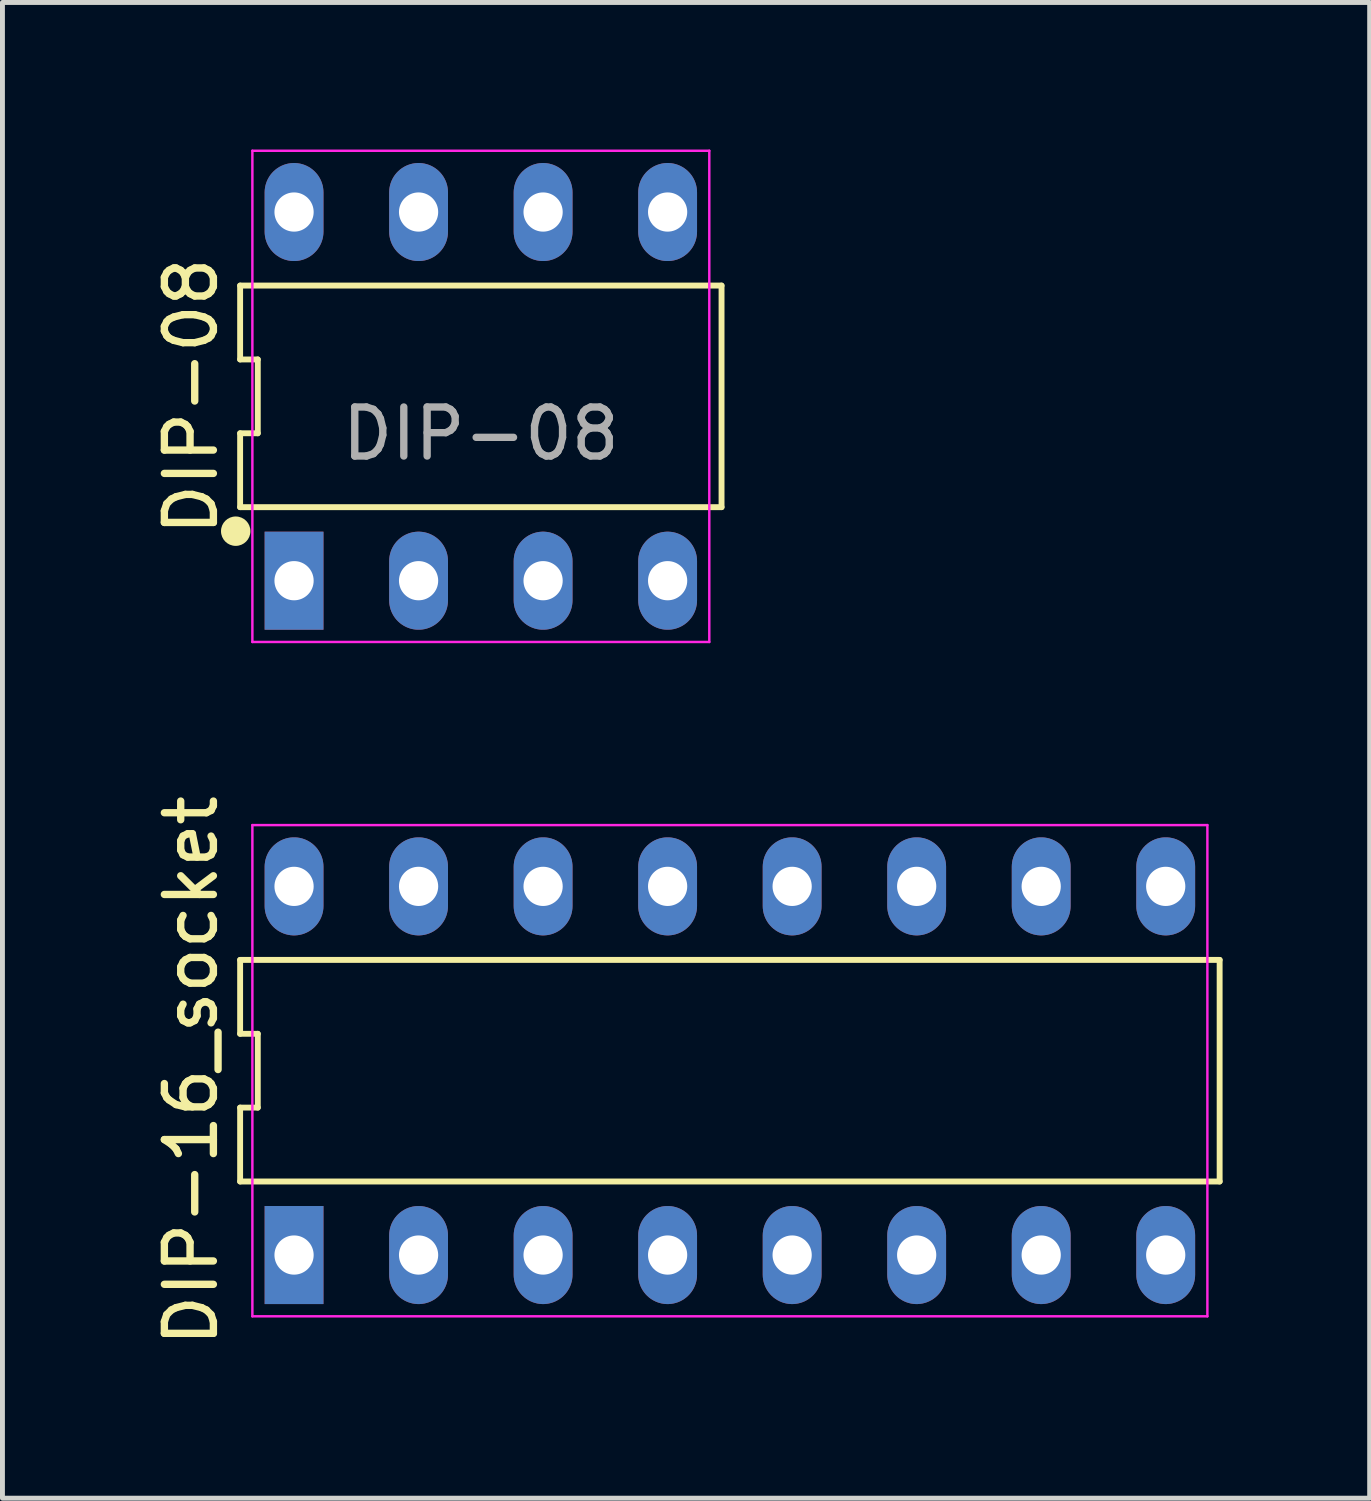
<source format=kicad_pcb>
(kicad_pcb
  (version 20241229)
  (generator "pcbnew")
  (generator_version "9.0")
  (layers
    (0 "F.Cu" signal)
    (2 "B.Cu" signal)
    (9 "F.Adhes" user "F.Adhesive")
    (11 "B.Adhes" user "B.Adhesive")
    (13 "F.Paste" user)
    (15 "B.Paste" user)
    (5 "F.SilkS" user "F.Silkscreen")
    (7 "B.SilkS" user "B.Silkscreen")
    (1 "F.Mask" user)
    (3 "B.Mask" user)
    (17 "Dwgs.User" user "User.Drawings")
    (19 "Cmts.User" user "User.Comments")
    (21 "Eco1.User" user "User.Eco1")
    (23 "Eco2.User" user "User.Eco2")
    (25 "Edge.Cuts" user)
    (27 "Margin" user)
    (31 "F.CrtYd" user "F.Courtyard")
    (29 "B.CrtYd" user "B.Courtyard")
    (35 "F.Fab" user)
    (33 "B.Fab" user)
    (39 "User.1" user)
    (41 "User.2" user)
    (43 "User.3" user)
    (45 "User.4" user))
  (footprint "DIP-08"
    (layer "F.Cu")
    (at 6.758 5.035)
    (property "Reference" "DIP-08" (at -5.91 0 90) (unlocked yes) (layer "F.SilkS") (effects (font (size 1 1) (thickness 0.15))))
    (attr through_hole)
    (fp_line (start -4.91 -2.26) (end -4.91 -0.753) (stroke (width 0.12) (type default)) (layer "F.SilkS"))
    (fp_line (start -4.91 -0.753) (end -4.55 -0.753) (stroke (width 0.12) (type default)) (layer "F.SilkS"))
    (fp_line (start -4.91 0.753) (end -4.91 2.26) (stroke (width 0.12) (type default)) (layer "F.SilkS"))
    (fp_line (start -4.91 2.26) (end 4.91 2.26) (stroke (width 0.12) (type default)) (layer "F.SilkS"))
    (fp_line (start -4.55 -0.753) (end -4.55 0.753) (stroke (width 0.12) (type default)) (layer "F.SilkS"))
    (fp_line (start -4.55 0.753) (end -4.91 0.753) (stroke (width 0.12) (type default)) (layer "F.SilkS"))
    (fp_line (start 4.91 -2.26) (end -4.91 -2.26) (stroke (width 0.12) (type default)) (layer "F.SilkS"))
    (fp_line (start 4.91 2.26) (end 4.91 -2.26) (stroke (width 0.12) (type default)) (layer "F.SilkS"))
    (fp_circle (center -5 2.75) (end -4.75 2.75) (stroke (width 0.1) (type solid)) (fill yes) (layer "F.SilkS"))
    (fp_line (start -4.66 -5.01) (end 4.66 -5.01) (stroke (width 0.05) (type default)) (layer "F.CrtYd"))
    (fp_line (start -4.66 5.01) (end -4.66 -5.01) (stroke (width 0.05) (type default)) (layer "F.CrtYd"))
    (fp_line (start 4.66 -5.01) (end 4.66 5.01) (stroke (width 0.05) (type default)) (layer "F.CrtYd"))
    (fp_line (start 4.66 5.01) (end -4.66 5.01) (stroke (width 0.05) (type default)) (layer "F.CrtYd"))
    (fp_text user "${REFERENCE}" (at 0 0.762 0) (unlocked yes) (layer "F.Fab") (effects (font (size 1 1) (thickness 0.15))))
    (pad "2" thru_hole oval (at -1.27 3.76) (size 1.2 2) (drill 0.8) (layers "*.Cu" "*.Mask"))
    (pad "3" thru_hole oval (at 1.27 3.76) (size 1.2 2) (drill 0.8) (layers "*.Cu" "*.Mask"))
    (pad "4" thru_hole oval (at 3.81 3.76) (size 1.2 2) (drill 0.8) (layers "*.Cu" "*.Mask"))
    (pad "5" thru_hole oval (at 3.81 -3.76) (size 1.2 2) (drill 0.8) (layers "*.Cu" "*.Mask"))
    (pad "6" thru_hole oval (at 1.27 -3.76) (size 1.2 2) (drill 0.8) (layers "*.Cu" "*.Mask"))
    (pad "7" thru_hole oval (at -1.27 -3.76) (size 1.2 2) (drill 0.8) (layers "*.Cu" "*.Mask"))
    (pad "8" thru_hole oval (at -3.81 -3.76) (size 1.2 2) (drill 0.8) (layers "*.Cu" "*.Mask"))
    (pad "e" thru_hole rect (at -3.81 3.76) (size 1.2 2) (drill 0.8) (layers "*.Cu" "*.Mask")))
  (footprint "DIP-16_socket"
    (layer "F.Cu")
    (at 11.838 18.79)
    (property "Reference" "DIP-16_socket" (at -10.99 0 90) (unlocked yes) (layer "F.SilkS") (effects (font (size 1 1) (thickness 0.15))))
    (attr through_hole)
    (fp_line (start -9.99 -2.26) (end -9.99 -0.753) (stroke (width 0.12) (type default)) (layer "F.SilkS"))
    (fp_line (start -9.99 -0.753) (end -9.63 -0.753) (stroke (width 0.12) (type default)) (layer "F.SilkS"))
    (fp_line (start -9.99 0.753) (end -9.99 2.26) (stroke (width 0.12) (type default)) (layer "F.SilkS"))
    (fp_line (start -9.99 2.26) (end 9.99 2.26) (stroke (width 0.12) (type default)) (layer "F.SilkS"))
    (fp_line (start -9.63 -0.753) (end -9.63 0.753) (stroke (width 0.12) (type default)) (layer "F.SilkS"))
    (fp_line (start -9.63 0.753) (end -9.99 0.753) (stroke (width 0.12) (type default)) (layer "F.SilkS"))
    (fp_line (start 9.99 -2.26) (end -9.99 -2.26) (stroke (width 0.12) (type default)) (layer "F.SilkS"))
    (fp_line (start 9.99 2.26) (end 9.99 -2.26) (stroke (width 0.12) (type default)) (layer "F.SilkS"))
    (fp_line (start -9.74 -5.01) (end 9.74 -5.01) (stroke (width 0.05) (type default)) (layer "F.CrtYd"))
    (fp_line (start -9.74 5.01) (end -9.74 -5.01) (stroke (width 0.05) (type default)) (layer "F.CrtYd"))
    (fp_line (start 9.74 -5.01) (end 9.74 5.01) (stroke (width 0.05) (type default)) (layer "F.CrtYd"))
    (fp_line (start 9.74 5.01) (end -9.74 5.01) (stroke (width 0.05) (type default)) (layer "F.CrtYd"))
    (pad "1" thru_hole rect (at -8.89 3.76) (size 1.2 2) (drill 0.8) (layers "*.Cu" "*.Mask"))
    (pad "2" thru_hole oval (at -6.35 3.76) (size 1.2 2) (drill 0.8) (layers "*.Cu" "*.Mask"))
    (pad "3" thru_hole oval (at -3.81 3.76) (size 1.2 2) (drill 0.8) (layers "*.Cu" "*.Mask"))
    (pad "4" thru_hole oval (at -1.27 3.76) (size 1.2 2) (drill 0.8) (layers "*.Cu" "*.Mask"))
    (pad "5" thru_hole oval (at 1.27 3.76) (size 1.2 2) (drill 0.8) (layers "*.Cu" "*.Mask"))
    (pad "6" thru_hole oval (at 3.81 3.76) (size 1.2 2) (drill 0.8) (layers "*.Cu" "*.Mask"))
    (pad "7" thru_hole oval (at 6.35 3.76) (size 1.2 2) (drill 0.8) (layers "*.Cu" "*.Mask"))
    (pad "8" thru_hole oval (at 8.89 3.76) (size 1.2 2) (drill 0.8) (layers "*.Cu" "*.Mask"))
    (pad "9" thru_hole oval (at 8.89 -3.76) (size 1.2 2) (drill 0.8) (layers "*.Cu" "*.Mask"))
    (pad "10" thru_hole oval (at 6.35 -3.76) (size 1.2 2) (drill 0.8) (layers "*.Cu" "*.Mask"))
    (pad "11" thru_hole oval (at 3.81 -3.76) (size 1.2 2) (drill 0.8) (layers "*.Cu" "*.Mask"))
    (pad "12" thru_hole oval (at 1.27 -3.76) (size 1.2 2) (drill 0.8) (layers "*.Cu" "*.Mask"))
    (pad "13" thru_hole oval (at -1.27 -3.76) (size 1.2 2) (drill 0.8) (layers "*.Cu" "*.Mask"))
    (pad "14" thru_hole oval (at -3.81 -3.76) (size 1.2 2) (drill 0.8) (layers "*.Cu" "*.Mask"))
    (pad "15" thru_hole oval (at -6.35 -3.76) (size 1.2 2) (drill 0.8) (layers "*.Cu" "*.Mask"))
    (pad "16" thru_hole oval (at -8.89 -3.76) (size 1.2 2) (drill 0.8) (layers "*.Cu" "*.Mask")))
  (gr_rect
    (start -3 -3)
    (end 24.888 27.51)
    (stroke (width 0.1) (type default))
    (fill no)
    (layer "Edge.Cuts")))
</source>
